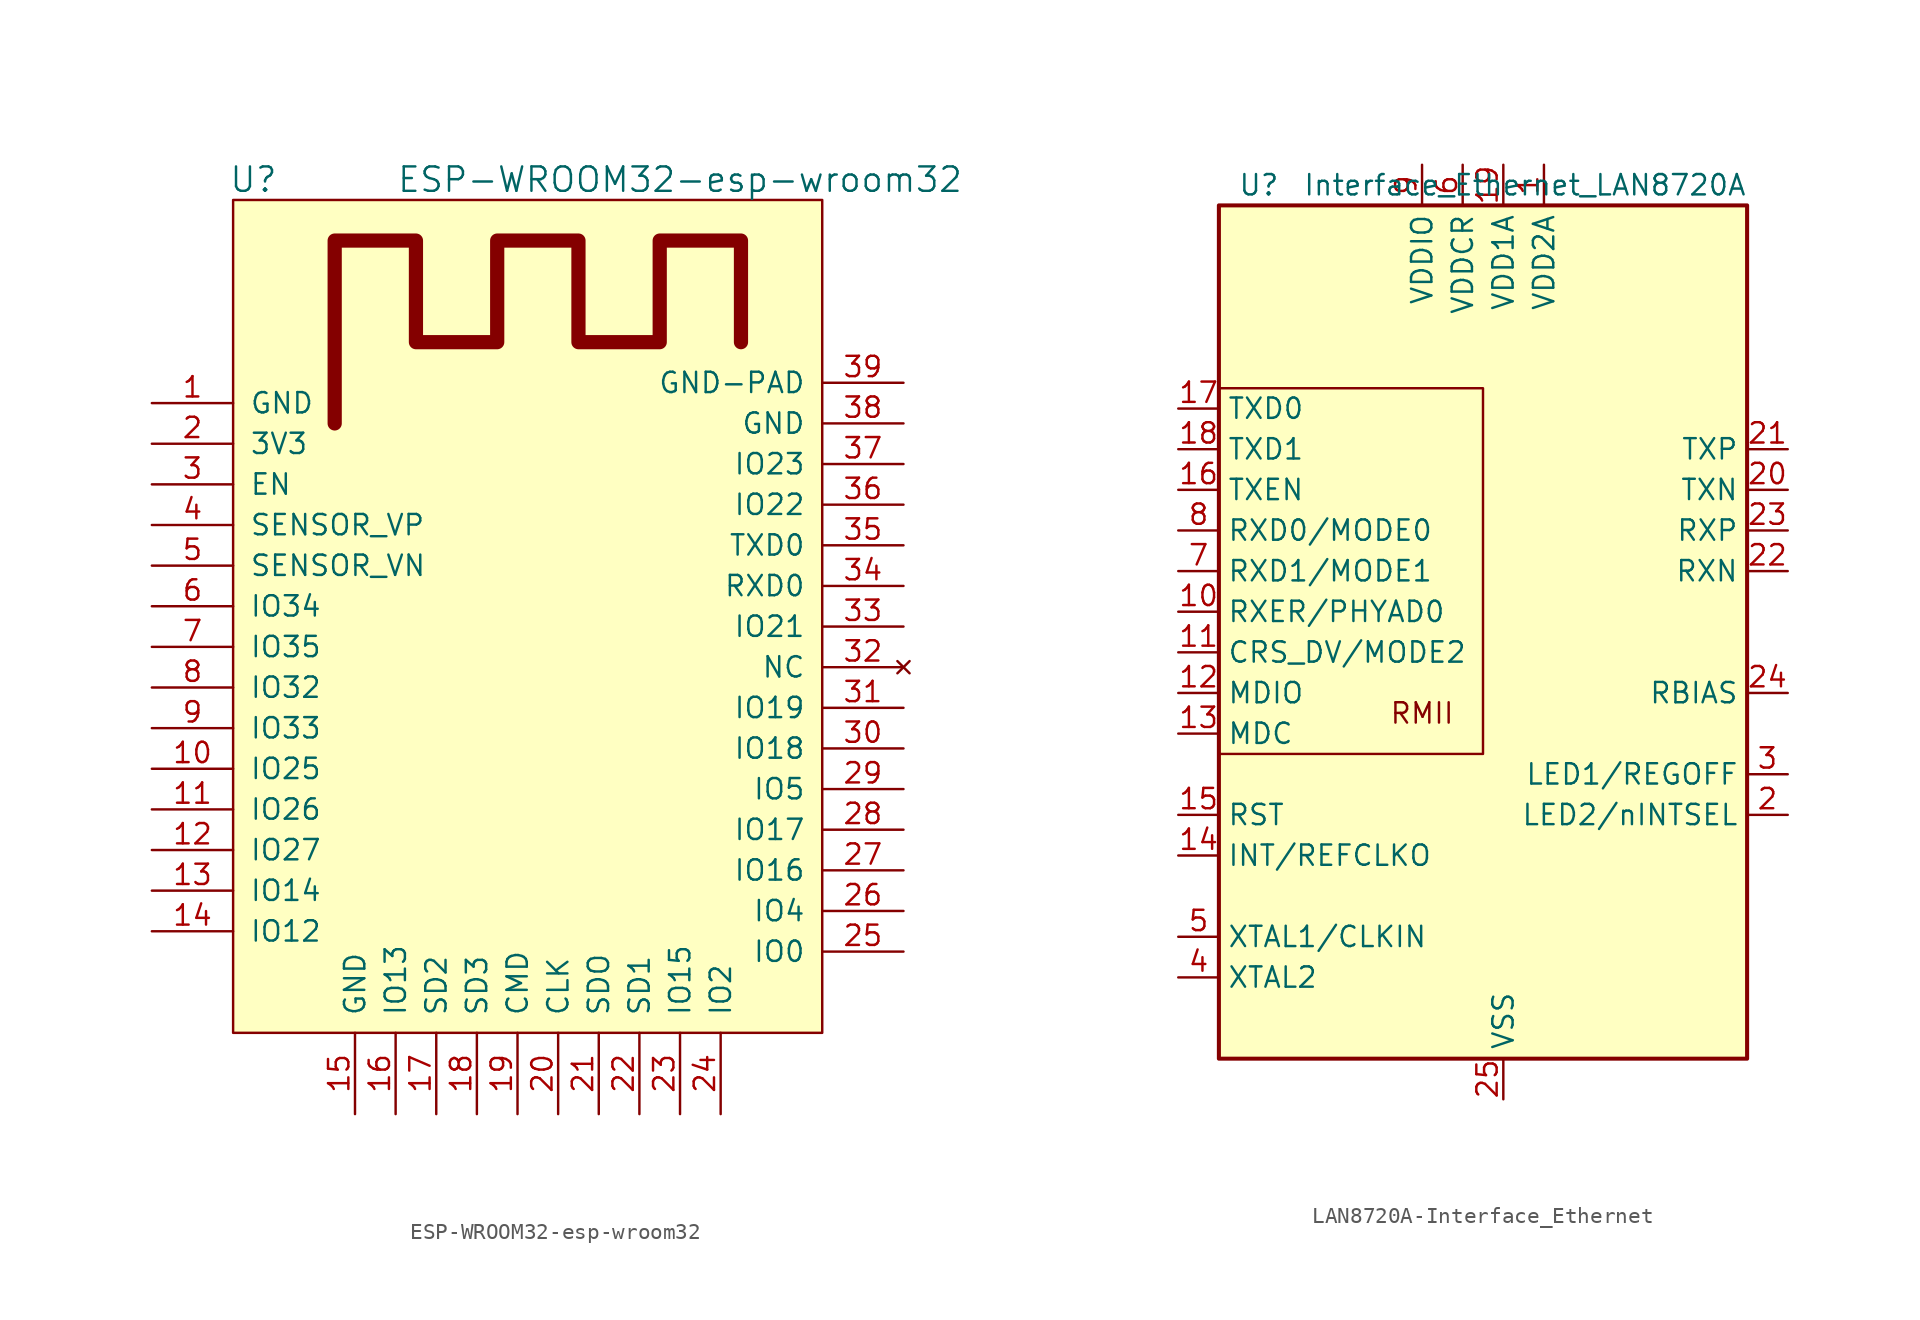
<source format=kicad_sym>
(kicad_symbol_lib
  (version 20231120)
  (generator "kicad_symbol_editor")
  (generator_version "8.0")
  (symbol "ESP-WROOM32-esp-wroom32"
    (pin_names
      (offset 1.016))
    (property "Reference" "U"
      (at -17.78 31.75 0)
      (effects (font (size 1.524 1.524))))
    (property "Value" "ESP-WROOM32-esp-wroom32"
      (at 8.89 31.75 0)
      (effects (font (size 1.524 1.524))))
    (symbol "ESP-WROOM32-esp-wroom32_0_1"
      (rectangle (start -19.05 30.48) (end 17.78 -21.59) (stroke (width 0) (type solid)) (fill (type background)))
      (polyline (pts (xy -12.7 16.51) (xy -12.7 27.94) (xy -7.62 27.94) (xy -7.62 21.59) (xy -2.54 21.59) (xy -2.54 27.94) (xy 2.54 27.94) (xy 2.54 21.59) (xy 7.62 21.59) (xy 7.62 27.94) (xy 12.7 27.94) (xy 12.7 21.59)) (stroke (width 0.889) (type solid)) (fill (type none))))
    (symbol "ESP-WROOM32-esp-wroom32_1_1"
      (pin power_out line (at -24.13 17.78 0) (length 5.08) (name "GND" (effects (font (size 1.27 1.27)))) (number "1" (effects (font (size 1.27 1.27)))))
      (pin bidirectional line (at -24.13 -5.08 0) (length 5.08) (name "IO25" (effects (font (size 1.27 1.27)))) (number "10" (effects (font (size 1.27 1.27)))))
      (pin bidirectional line (at -24.13 -7.62 0) (length 5.08) (name "IO26" (effects (font (size 1.27 1.27)))) (number "11" (effects (font (size 1.27 1.27)))))
      (pin bidirectional line (at -24.13 -10.16 0) (length 5.08) (name "IO27" (effects (font (size 1.27 1.27)))) (number "12" (effects (font (size 1.27 1.27)))))
      (pin bidirectional line (at -24.13 -12.7 0) (length 5.08) (name "IO14" (effects (font (size 1.27 1.27)))) (number "13" (effects (font (size 1.27 1.27)))))
      (pin bidirectional line (at -24.13 -15.24 0) (length 5.08) (name "IO12" (effects (font (size 1.27 1.27)))) (number "14" (effects (font (size 1.27 1.27)))))
      (pin power_in line (at -11.43 -26.67 90) (length 5.08) (name "GND" (effects (font (size 1.27 1.27)))) (number "15" (effects (font (size 1.27 1.27)))))
      (pin bidirectional line (at -8.89 -26.67 90) (length 5.08) (name "IO13" (effects (font (size 1.27 1.27)))) (number "16" (effects (font (size 1.27 1.27)))))
      (pin bidirectional line (at -6.35 -26.67 90) (length 5.08) (name "SD2" (effects (font (size 1.27 1.27)))) (number "17" (effects (font (size 1.27 1.27)))))
      (pin bidirectional line (at -3.81 -26.67 90) (length 5.08) (name "SD3" (effects (font (size 1.27 1.27)))) (number "18" (effects (font (size 1.27 1.27)))))
      (pin bidirectional line (at -1.27 -26.67 90) (length 5.08) (name "CMD" (effects (font (size 1.27 1.27)))) (number "19" (effects (font (size 1.27 1.27)))))
      (pin power_in line (at -24.13 15.24 0) (length 5.08) (name "3V3" (effects (font (size 1.27 1.27)))) (number "2" (effects (font (size 1.27 1.27)))))
      (pin input line (at 1.27 -26.67 90) (length 5.08) (name "CLK" (effects (font (size 1.27 1.27)))) (number "20" (effects (font (size 1.27 1.27)))))
      (pin bidirectional line (at 3.81 -26.67 90) (length 5.08) (name "SDO" (effects (font (size 1.27 1.27)))) (number "21" (effects (font (size 1.27 1.27)))))
      (pin bidirectional line (at 6.35 -26.67 90) (length 5.08) (name "SD1" (effects (font (size 1.27 1.27)))) (number "22" (effects (font (size 1.27 1.27)))))
      (pin bidirectional line (at 8.89 -26.67 90) (length 5.08) (name "IO15" (effects (font (size 1.27 1.27)))) (number "23" (effects (font (size 1.27 1.27)))))
      (pin bidirectional line (at 11.43 -26.67 90) (length 5.08) (name "IO2" (effects (font (size 1.27 1.27)))) (number "24" (effects (font (size 1.27 1.27)))))
      (pin bidirectional line (at 22.86 -16.51 180) (length 5.08) (name "IO0" (effects (font (size 1.27 1.27)))) (number "25" (effects (font (size 1.27 1.27)))))
      (pin input line (at 22.86 -13.97 180) (length 5.08) (name "IO4" (effects (font (size 1.27 1.27)))) (number "26" (effects (font (size 1.27 1.27)))))
      (pin bidirectional line (at 22.86 -11.43 180) (length 5.08) (name "IO16" (effects (font (size 1.27 1.27)))) (number "27" (effects (font (size 1.27 1.27)))))
      (pin bidirectional line (at 22.86 -8.89 180) (length 5.08) (name "IO17" (effects (font (size 1.27 1.27)))) (number "28" (effects (font (size 1.27 1.27)))))
      (pin bidirectional line (at 22.86 -6.35 180) (length 5.08) (name "IO5" (effects (font (size 1.27 1.27)))) (number "29" (effects (font (size 1.27 1.27)))))
      (pin input line (at -24.13 12.7 0) (length 5.08) (name "EN" (effects (font (size 1.27 1.27)))) (number "3" (effects (font (size 1.27 1.27)))))
      (pin input line (at 22.86 -3.81 180) (length 5.08) (name "IO18" (effects (font (size 1.27 1.27)))) (number "30" (effects (font (size 1.27 1.27)))))
      (pin bidirectional line (at 22.86 -1.27 180) (length 5.08) (name "IO19" (effects (font (size 1.27 1.27)))) (number "31" (effects (font (size 1.27 1.27)))))
      (pin no_connect line (at 22.86 1.27 180) (length 5.08) (name "NC" (effects (font (size 1.27 1.27)))) (number "32" (effects (font (size 1.27 1.27)))))
      (pin bidirectional line (at 22.86 3.81 180) (length 5.08) (name "IO21" (effects (font (size 1.27 1.27)))) (number "33" (effects (font (size 1.27 1.27)))))
      (pin bidirectional line (at 22.86 6.35 180) (length 5.08) (name "RXD0" (effects (font (size 1.27 1.27)))) (number "34" (effects (font (size 1.27 1.27)))))
      (pin bidirectional line (at 22.86 8.89 180) (length 5.08) (name "TXD0" (effects (font (size 1.27 1.27)))) (number "35" (effects (font (size 1.27 1.27)))))
      (pin bidirectional line (at 22.86 11.43 180) (length 5.08) (name "IO22" (effects (font (size 1.27 1.27)))) (number "36" (effects (font (size 1.27 1.27)))))
      (pin bidirectional line (at 22.86 13.97 180) (length 5.08) (name "IO23" (effects (font (size 1.27 1.27)))) (number "37" (effects (font (size 1.27 1.27)))))
      (pin power_in line (at 22.86 16.51 180) (length 5.08) (name "GND" (effects (font (size 1.27 1.27)))) (number "38" (effects (font (size 1.27 1.27)))))
      (pin power_in line (at 22.86 19.05 180) (length 5.08) (name "GND-PAD" (effects (font (size 1.27 1.27)))) (number "39" (effects (font (size 1.27 1.27)))))
      (pin input line (at -24.13 10.16 0) (length 5.08) (name "SENSOR_VP" (effects (font (size 1.27 1.27)))) (number "4" (effects (font (size 1.27 1.27)))))
      (pin input line (at -24.13 7.62 0) (length 5.08) (name "SENSOR_VN" (effects (font (size 1.27 1.27)))) (number "5" (effects (font (size 1.27 1.27)))))
      (pin bidirectional line (at -24.13 5.08 0) (length 5.08) (name "IO34" (effects (font (size 1.27 1.27)))) (number "6" (effects (font (size 1.27 1.27)))))
      (pin bidirectional line (at -24.13 2.54 0) (length 5.08) (name "IO35" (effects (font (size 1.27 1.27)))) (number "7" (effects (font (size 1.27 1.27)))))
      (pin bidirectional line (at -24.13 0 0) (length 5.08) (name "IO32" (effects (font (size 1.27 1.27)))) (number "8" (effects (font (size 1.27 1.27)))))
      (pin bidirectional line (at -24.13 -2.54 0) (length 5.08) (name "IO33" (effects (font (size 1.27 1.27)))) (number "9" (effects (font (size 1.27 1.27)))))))
  (symbol "LAN8720A-Interface_Ethernet"
    (property "Reference" "U"
      (at -13.97 29.21 0)
      (effects (font (size 1.27 1.27)) (justify right)))
    (property "Value" "Interface_Ethernet_LAN8720A"
      (at 15.24 29.21 0)
      (effects (font (size 1.27 1.27)) (justify right)))
    (symbol "LAN8720A-Interface_Ethernet_0_0"
      (text "RMII" (at -5.08 -3.81 0) (effects (font (size 1.27 1.27)))))
    (symbol "LAN8720A-Interface_Ethernet_0_1"
      (rectangle (start -17.78 27.94) (end 15.24 -25.4) (stroke (width 0.254) (type solid)) (fill (type background)))
      (polyline (pts (xy -17.78 -6.35) (xy -1.27 -6.35) (xy -1.27 16.51) (xy -17.78 16.51)) (stroke (width 0) (type solid)) (fill (type none))))
    (symbol "LAN8720A-Interface_Ethernet_1_1"
      (pin power_in line (at 2.54 30.48 270) (length 2.54) (name "VDD2A" (effects (font (size 1.27 1.27)))) (number "1" (effects (font (size 1.27 1.27)))))
      (pin output line (at -20.32 2.54 0) (length 2.54) (name "RXER/PHYAD0" (effects (font (size 1.27 1.27)))) (number "10" (effects (font (size 1.27 1.27)))))
      (pin output line (at -20.32 0 0) (length 2.54) (name "CRS_DV/MODE2" (effects (font (size 1.27 1.27)))) (number "11" (effects (font (size 1.27 1.27)))))
      (pin bidirectional line (at -20.32 -2.54 0) (length 2.54) (name "MDIO" (effects (font (size 1.27 1.27)))) (number "12" (effects (font (size 1.27 1.27)))))
      (pin input line (at -20.32 -5.08 0) (length 2.54) (name "MDC" (effects (font (size 1.27 1.27)))) (number "13" (effects (font (size 1.27 1.27)))))
      (pin output line (at -20.32 -12.7 0) (length 2.54) (name "INT/REFCLKO" (effects (font (size 1.27 1.27)))) (number "14" (effects (font (size 1.27 1.27)))))
      (pin input line (at -20.32 -10.16 0) (length 2.54) (name "RST" (effects (font (size 1.27 1.27)))) (number "15" (effects (font (size 1.27 1.27)))))
      (pin input line (at -20.32 10.16 0) (length 2.54) (name "TXEN" (effects (font (size 1.27 1.27)))) (number "16" (effects (font (size 1.27 1.27)))))
      (pin input line (at -20.32 15.24 0) (length 2.54) (name "TXD0" (effects (font (size 1.27 1.27)))) (number "17" (effects (font (size 1.27 1.27)))))
      (pin input line (at -20.32 12.7 0) (length 2.54) (name "TXD1" (effects (font (size 1.27 1.27)))) (number "18" (effects (font (size 1.27 1.27)))))
      (pin power_in line (at 0 30.48 270) (length 2.54) (name "VDD1A" (effects (font (size 1.27 1.27)))) (number "19" (effects (font (size 1.27 1.27)))))
      (pin bidirectional line (at 17.78 -10.16 180) (length 2.54) (name "LED2/nINTSEL" (effects (font (size 1.27 1.27)))) (number "2" (effects (font (size 1.27 1.27)))))
      (pin output line (at 17.78 10.16 180) (length 2.54) (name "TXN" (effects (font (size 1.27 1.27)))) (number "20" (effects (font (size 1.27 1.27)))))
      (pin output line (at 17.78 12.7 180) (length 2.54) (name "TXP" (effects (font (size 1.27 1.27)))) (number "21" (effects (font (size 1.27 1.27)))))
      (pin output line (at 17.78 5.08 180) (length 2.54) (name "RXN" (effects (font (size 1.27 1.27)))) (number "22" (effects (font (size 1.27 1.27)))))
      (pin output line (at 17.78 7.62 180) (length 2.54) (name "RXP" (effects (font (size 1.27 1.27)))) (number "23" (effects (font (size 1.27 1.27)))))
      (pin input line (at 17.78 -2.54 180) (length 2.54) (name "RBIAS" (effects (font (size 1.27 1.27)))) (number "24" (effects (font (size 1.27 1.27)))))
      (pin power_in line (at 0 -27.94 90) (length 2.54) (name "VSS" (effects (font (size 1.27 1.27)))) (number "25" (effects (font (size 1.27 1.27)))))
      (pin bidirectional line (at 17.78 -7.62 180) (length 2.54) (name "LED1/REGOFF" (effects (font (size 1.27 1.27)))) (number "3" (effects (font (size 1.27 1.27)))))
      (pin passive line (at -20.32 -20.32 0) (length 2.54) (name "XTAL2" (effects (font (size 1.27 1.27)))) (number "4" (effects (font (size 1.27 1.27)))))
      (pin passive line (at -20.32 -17.78 0) (length 2.54) (name "XTAL1/CLKIN" (effects (font (size 1.27 1.27)))) (number "5" (effects (font (size 1.27 1.27)))))
      (pin power_in line (at -2.54 30.48 270) (length 2.54) (name "VDDCR" (effects (font (size 1.27 1.27)))) (number "6" (effects (font (size 1.27 1.27)))))
      (pin output line (at -20.32 5.08 0) (length 2.54) (name "RXD1/MODE1" (effects (font (size 1.27 1.27)))) (number "7" (effects (font (size 1.27 1.27)))))
      (pin output line (at -20.32 7.62 0) (length 2.54) (name "RXD0/MODE0" (effects (font (size 1.27 1.27)))) (number "8" (effects (font (size 1.27 1.27)))))
      (pin power_in line (at -5.08 30.48 270) (length 2.54) (name "VDDIO" (effects (font (size 1.27 1.27)))) (number "9" (effects (font (size 1.27 1.27))))))))
</source>
